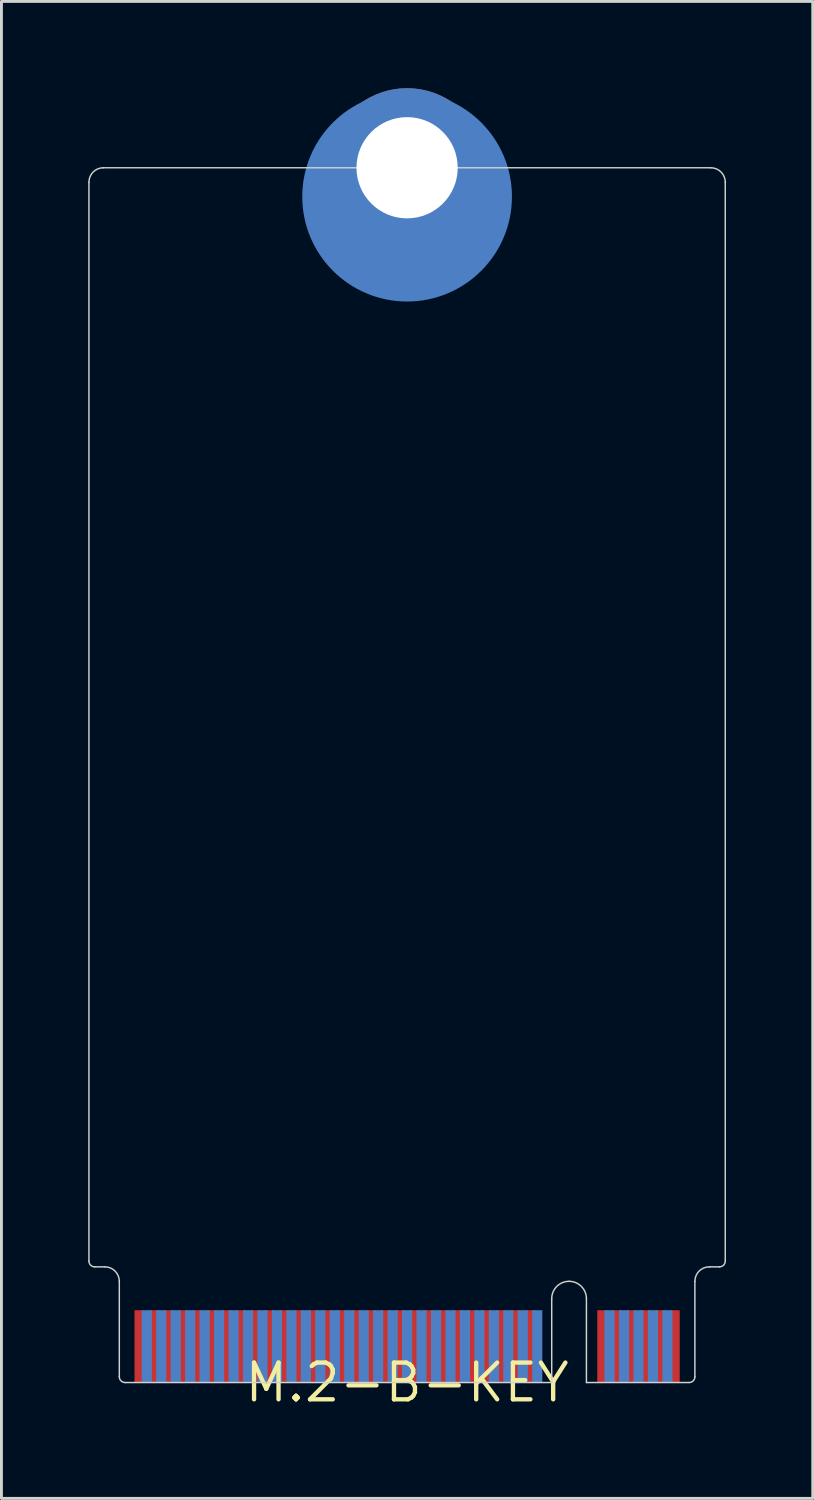
<source format=kicad_pcb>
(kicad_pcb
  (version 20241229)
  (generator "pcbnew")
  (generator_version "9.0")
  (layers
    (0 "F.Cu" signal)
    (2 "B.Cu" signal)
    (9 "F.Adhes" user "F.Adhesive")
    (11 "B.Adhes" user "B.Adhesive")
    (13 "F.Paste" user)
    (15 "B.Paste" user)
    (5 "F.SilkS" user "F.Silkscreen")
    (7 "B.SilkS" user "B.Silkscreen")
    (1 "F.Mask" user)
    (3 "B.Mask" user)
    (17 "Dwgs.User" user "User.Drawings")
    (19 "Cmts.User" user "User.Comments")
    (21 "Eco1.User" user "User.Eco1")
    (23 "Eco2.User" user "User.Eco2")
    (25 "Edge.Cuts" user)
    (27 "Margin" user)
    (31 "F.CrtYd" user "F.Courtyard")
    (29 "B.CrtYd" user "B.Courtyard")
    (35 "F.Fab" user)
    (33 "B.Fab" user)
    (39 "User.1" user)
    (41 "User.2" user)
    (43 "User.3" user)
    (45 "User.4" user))
  (footprint "M.2-B-KEY"
    (layer "F.Cu")
    (at 11.025 44.75)
    (property "Reference" "M.2-B-KEY" (at 0 0 0) (layer "F.SilkS") (effects (font (size 1.27 1.27) (thickness 0.15))))
    (attr through_hole)
    (fp_circle (center 0 -41) (end 3 -41) (stroke (width 1.25) (type solid)) (fill no) (layer "B.Cu"))
    (fp_poly (pts (xy 2.55 -38.45) (xy -2.55 -38.45) (xy -2.55 -43.55) (xy 2.55 -43.55)) (stroke (width 0) (type solid)) (fill yes) (layer "B.Cu"))
    (fp_line (start -11 -41.5) (end -11 -4.2) (stroke (width 0.05) (type solid)) (layer "Edge.Cuts"))
    (fp_line (start -10.8 -4) (end -10.45 -4) (stroke (width 0.05) (type solid)) (layer "Edge.Cuts"))
    (fp_line (start -9.95 -3.5) (end -9.95 -0.2) (stroke (width 0.05) (type solid)) (layer "Edge.Cuts"))
    (fp_line (start -9.75 0) (end 5 0) (stroke (width 0.05) (type solid)) (layer "Edge.Cuts"))
    (fp_line (start 5 -2.9) (end 5 0) (stroke (width 0.05) (type solid)) (layer "Edge.Cuts"))
    (fp_line (start 6.2 -2.9) (end 6.2 0) (stroke (width 0.05) (type solid)) (layer "Edge.Cuts"))
    (fp_line (start 6.2 0) (end 9.75 0) (stroke (width 0.05) (type solid)) (layer "Edge.Cuts"))
    (fp_line (start 9.95 -0.2) (end 9.95 -3.5) (stroke (width 0.05) (type solid)) (layer "Edge.Cuts"))
    (fp_line (start 10.45 -4) (end 10.8 -4) (stroke (width 0.05) (type solid)) (layer "Edge.Cuts"))
    (fp_line (start 10.5 -42) (end -10.5 -42) (stroke (width 0.05) (type solid)) (layer "Edge.Cuts"))
    (fp_line (start 11 -4.2) (end 11 -41.5) (stroke (width 0.05) (type solid)) (layer "Edge.Cuts"))
    (fp_arc (start -11 -41.5) (mid -10.853553 -41.853553) (end -10.5 -42) (stroke (width 0.05) (type solid)) (layer "Edge.Cuts"))
    (fp_arc (start -10.8 -4) (mid -10.941421 -4.058579) (end -11 -4.2) (stroke (width 0.05) (type solid)) (layer "Edge.Cuts"))
    (fp_arc (start -10.45 -4) (mid -10.096447 -3.853553) (end -9.95 -3.5) (stroke (width 0.05) (type solid)) (layer "Edge.Cuts"))
    (fp_arc (start -9.75 0) (mid -9.891421 -0.058579) (end -9.95 -0.2) (stroke (width 0.05) (type solid)) (layer "Edge.Cuts"))
    (fp_arc (start 5 -2.9) (mid 5.175736 -3.324264) (end 5.6 -3.5) (stroke (width 0.05) (type solid)) (layer "Edge.Cuts"))
    (fp_arc (start 5.6 -3.5) (mid 6.024264 -3.324264) (end 6.2 -2.9) (stroke (width 0.05) (type solid)) (layer "Edge.Cuts"))
    (fp_arc (start 9.95 -3.5) (mid 10.096447 -3.853553) (end 10.45 -4) (stroke (width 0.05) (type solid)) (layer "Edge.Cuts"))
    (fp_arc (start 9.95 -0.2) (mid 9.891421 -0.058579) (end 9.75 0) (stroke (width 0.05) (type solid)) (layer "Edge.Cuts"))
    (fp_arc (start 10.5 -42) (mid 10.853553 -41.853553) (end 11 -41.5) (stroke (width 0.05) (type solid)) (layer "Edge.Cuts"))
    (fp_arc (start 11 -4.2) (mid 10.941421 -4.058579) (end 10.8 -4) (stroke (width 0.05) (type solid)) (layer "Edge.Cuts"))
    (pad "MOUNTING-HOLE" thru_hole circle (at 0 -42) (size 5.5 5.5) (drill 3.5) (layers "*.Cu" "*.Mask"))
    (pad "P$1" smd rect (at 9.25 -1.25) (size 0.35 2.5) (layers "F.Cu" "F.Mask" "F.Paste"))
    (pad "P$2" smd rect (at 9 -1.25) (size 0.35 2.5) (layers "B.Cu" "B.Mask" "B.Paste"))
    (pad "P$3" smd rect (at 8.75 -1.25) (size 0.35 2.5) (layers "F.Cu" "F.Mask" "F.Paste"))
    (pad "P$4" smd rect (at 8.5 -1.25) (size 0.35 2.5) (layers "B.Cu" "B.Mask" "B.Paste"))
    (pad "P$5" smd rect (at 8.25 -1.25) (size 0.35 2.5) (layers "F.Cu" "F.Mask" "F.Paste"))
    (pad "P$6" smd rect (at 8 -1.25) (size 0.35 2.5) (layers "B.Cu" "B.Mask" "B.Paste"))
    (pad "P$7" smd rect (at 7.75 -1.25) (size 0.35 2.5) (layers "F.Cu" "F.Mask" "F.Paste"))
    (pad "P$8" smd rect (at 7.5 -1.25) (size 0.35 2.5) (layers "B.Cu" "B.Mask" "B.Paste"))
    (pad "P$9" smd rect (at 7.25 -1.25) (size 0.35 2.5) (layers "F.Cu" "F.Mask" "F.Paste"))
    (pad "P$10" smd rect (at 7 -1.25) (size 0.35 2.5) (layers "B.Cu" "B.Mask" "B.Paste"))
    (pad "P$11" smd rect (at 6.75 -1.25) (size 0.35 2.5) (layers "F.Cu" "F.Mask" "F.Paste"))
    (pad "P$20" smd rect (at 4.5 -1.25) (size 0.35 2.5) (layers "B.Cu" "B.Mask" "B.Paste"))
    (pad "P$21" smd rect (at 4.25 -1.25) (size 0.35 2.5) (layers "F.Cu" "F.Mask" "F.Paste"))
    (pad "P$22" smd rect (at 4 -1.25) (size 0.35 2.5) (layers "B.Cu" "B.Mask" "B.Paste"))
    (pad "P$23" smd rect (at 3.75 -1.25) (size 0.35 2.5) (layers "F.Cu" "F.Mask" "F.Paste"))
    (pad "P$24" smd rect (at 3.5 -1.25) (size 0.35 2.5) (layers "B.Cu" "B.Mask" "B.Paste"))
    (pad "P$25" smd rect (at 3.25 -1.25) (size 0.35 2.5) (layers "F.Cu" "F.Mask" "F.Paste"))
    (pad "P$26" smd rect (at 3 -1.25) (size 0.35 2.5) (layers "B.Cu" "B.Mask" "B.Paste"))
    (pad "P$27" smd rect (at 2.75 -1.25) (size 0.35 2.5) (layers "F.Cu" "F.Mask" "F.Paste"))
    (pad "P$28" smd rect (at 2.5 -1.25) (size 0.35 2.5) (layers "B.Cu" "B.Mask" "B.Paste"))
    (pad "P$29" smd rect (at 2.25 -1.25) (size 0.35 2.5) (layers "F.Cu" "F.Mask" "F.Paste"))
    (pad "P$30" smd rect (at 2 -1.25) (size 0.35 2.5) (layers "B.Cu" "B.Mask" "B.Paste"))
    (pad "P$31" smd rect (at 1.75 -1.25) (size 0.35 2.5) (layers "F.Cu" "F.Mask" "F.Paste"))
    (pad "P$32" smd rect (at 1.5 -1.25) (size 0.35 2.5) (layers "B.Cu" "B.Mask" "B.Paste"))
    (pad "P$33" smd rect (at 1.25 -1.25) (size 0.35 2.5) (layers "F.Cu" "F.Mask" "F.Paste"))
    (pad "P$34" smd rect (at 1 -1.25) (size 0.35 2.5) (layers "B.Cu" "B.Mask" "B.Paste"))
    (pad "P$35" smd rect (at 0.75 -1.25) (size 0.35 2.5) (layers "F.Cu" "F.Mask" "F.Paste"))
    (pad "P$36" smd rect (at 0.5 -1.25) (size 0.35 2.5) (layers "B.Cu" "B.Mask" "B.Paste"))
    (pad "P$37" smd rect (at 0.25 -1.25) (size 0.35 2.5) (layers "F.Cu" "F.Mask" "F.Paste"))
    (pad "P$38" smd rect (at 0 -1.25) (size 0.35 2.5) (layers "B.Cu" "B.Mask" "B.Paste"))
    (pad "P$39" smd rect (at -0.25 -1.25) (size 0.35 2.5) (layers "F.Cu" "F.Mask" "F.Paste"))
    (pad "P$40" smd rect (at -0.5 -1.25) (size 0.35 2.5) (layers "B.Cu" "B.Mask" "B.Paste"))
    (pad "P$41" smd rect (at -0.75 -1.25) (size 0.35 2.5) (layers "F.Cu" "F.Mask" "F.Paste"))
    (pad "P$42" smd rect (at -1 -1.25) (size 0.35 2.5) (layers "B.Cu" "B.Mask" "B.Paste"))
    (pad "P$43" smd rect (at -1.25 -1.25) (size 0.35 2.5) (layers "F.Cu" "F.Mask" "F.Paste"))
    (pad "P$44" smd rect (at -1.5 -1.25) (size 0.35 2.5) (layers "B.Cu" "B.Mask" "B.Paste"))
    (pad "P$45" smd rect (at -1.75 -1.25) (size 0.35 2.5) (layers "F.Cu" "F.Mask" "F.Paste"))
    (pad "P$46" smd rect (at -2 -1.25) (size 0.35 2.5) (layers "B.Cu" "B.Mask" "B.Paste"))
    (pad "P$47" smd rect (at -2.25 -1.25) (size 0.35 2.5) (layers "F.Cu" "F.Mask" "F.Paste"))
    (pad "P$48" smd rect (at -2.5 -1.25) (size 0.35 2.5) (layers "B.Cu" "B.Mask" "B.Paste"))
    (pad "P$49" smd rect (at -2.75 -1.25) (size 0.35 2.5) (layers "F.Cu" "F.Mask" "F.Paste"))
    (pad "P$50" smd rect (at -3 -1.25) (size 0.35 2.5) (layers "B.Cu" "B.Mask" "B.Paste"))
    (pad "P$51" smd rect (at -3.25 -1.25) (size 0.35 2.5) (layers "F.Cu" "F.Mask" "F.Paste"))
    (pad "P$52" smd rect (at -3.5 -1.25) (size 0.35 2.5) (layers "B.Cu" "B.Mask" "B.Paste"))
    (pad "P$53" smd rect (at -3.75 -1.25) (size 0.35 2.5) (layers "F.Cu" "F.Mask" "F.Paste"))
    (pad "P$54" smd rect (at -4 -1.25) (size 0.35 2.5) (layers "B.Cu" "B.Mask" "B.Paste"))
    (pad "P$55" smd rect (at -4.25 -1.25) (size 0.35 2.5) (layers "F.Cu" "F.Mask" "F.Paste"))
    (pad "P$56" smd rect (at -4.5 -1.25) (size 0.35 2.5) (layers "B.Cu" "B.Mask" "B.Paste"))
    (pad "P$57" smd rect (at -4.75 -1.25) (size 0.35 2.5) (layers "F.Cu" "F.Mask" "F.Paste"))
    (pad "P$58" smd rect (at -5 -1.25) (size 0.35 2.5) (layers "B.Cu" "B.Mask" "B.Paste"))
    (pad "P$59" smd rect (at -5.25 -1.25) (size 0.35 2.5) (layers "F.Cu" "F.Mask" "F.Paste"))
    (pad "P$60" smd rect (at -5.5 -1.25) (size 0.35 2.5) (layers "B.Cu" "B.Mask" "B.Paste"))
    (pad "P$61" smd rect (at -5.75 -1.25) (size 0.35 2.5) (layers "F.Cu" "F.Mask" "F.Paste"))
    (pad "P$62" smd rect (at -6 -1.25) (size 0.35 2.5) (layers "B.Cu" "B.Mask" "B.Paste"))
    (pad "P$63" smd rect (at -6.25 -1.25) (size 0.35 2.5) (layers "F.Cu" "F.Mask" "F.Paste"))
    (pad "P$64" smd rect (at -6.5 -1.25) (size 0.35 2.5) (layers "B.Cu" "B.Mask" "B.Paste"))
    (pad "P$65" smd rect (at -6.75 -1.25) (size 0.35 2.5) (layers "F.Cu" "F.Mask" "F.Paste"))
    (pad "P$66" smd rect (at -7 -1.25) (size 0.35 2.5) (layers "B.Cu" "B.Mask" "B.Paste"))
    (pad "P$67" smd rect (at -7.25 -1.25) (size 0.35 2.5) (layers "F.Cu" "F.Mask" "F.Paste"))
    (pad "P$68" smd rect (at -7.5 -1.25) (size 0.35 2.5) (layers "B.Cu" "B.Mask" "B.Paste"))
    (pad "P$69" smd rect (at -7.75 -1.25) (size 0.35 2.5) (layers "F.Cu" "F.Mask" "F.Paste"))
    (pad "P$70" smd rect (at -8 -1.25) (size 0.35 2.5) (layers "B.Cu" "B.Mask" "B.Paste"))
    (pad "P$71" smd rect (at -8.25 -1.25) (size 0.35 2.5) (layers "F.Cu" "F.Mask" "F.Paste"))
    (pad "P$72" smd rect (at -8.5 -1.25) (size 0.35 2.5) (layers "B.Cu" "B.Mask" "B.Paste"))
    (pad "P$73" smd rect (at -8.75 -1.25) (size 0.35 2.5) (layers "F.Cu" "F.Mask" "F.Paste"))
    (pad "P$74" smd rect (at -9 -1.25) (size 0.35 2.5) (layers "B.Cu" "B.Mask" "B.Paste"))
    (pad "P$75" smd rect (at -9.25 -1.25) (size 0.35 2.5) (layers "F.Cu" "F.Mask" "F.Paste")))
  (gr_rect
    (start -3 -3)
    (end 25.05 48.756)
    (stroke (width 0.1) (type default))
    (fill no)
    (layer "Edge.Cuts")))
</source>
